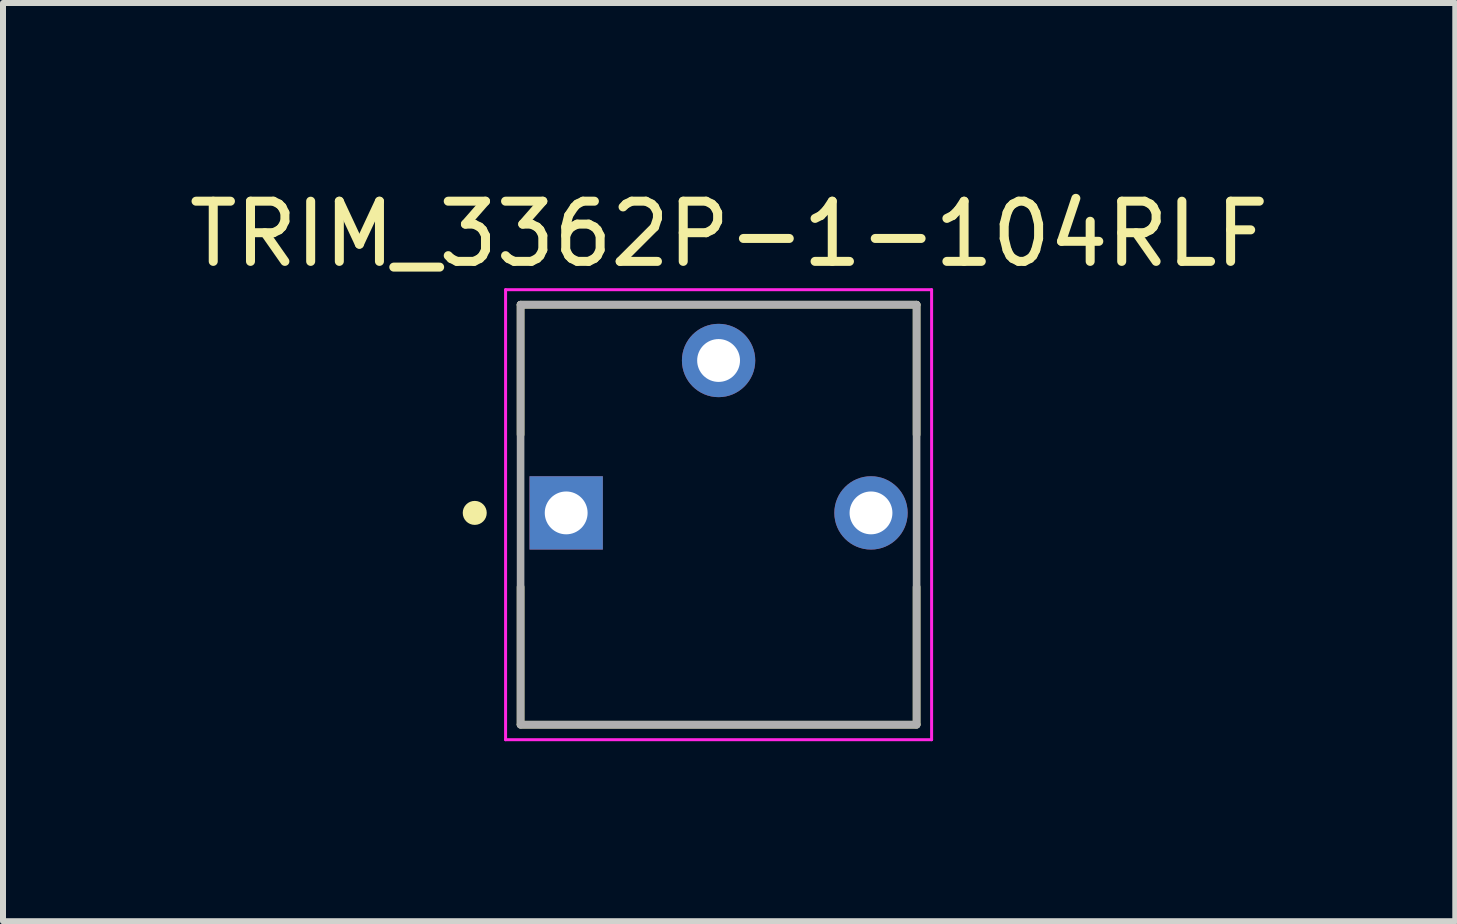
<source format=kicad_pcb>
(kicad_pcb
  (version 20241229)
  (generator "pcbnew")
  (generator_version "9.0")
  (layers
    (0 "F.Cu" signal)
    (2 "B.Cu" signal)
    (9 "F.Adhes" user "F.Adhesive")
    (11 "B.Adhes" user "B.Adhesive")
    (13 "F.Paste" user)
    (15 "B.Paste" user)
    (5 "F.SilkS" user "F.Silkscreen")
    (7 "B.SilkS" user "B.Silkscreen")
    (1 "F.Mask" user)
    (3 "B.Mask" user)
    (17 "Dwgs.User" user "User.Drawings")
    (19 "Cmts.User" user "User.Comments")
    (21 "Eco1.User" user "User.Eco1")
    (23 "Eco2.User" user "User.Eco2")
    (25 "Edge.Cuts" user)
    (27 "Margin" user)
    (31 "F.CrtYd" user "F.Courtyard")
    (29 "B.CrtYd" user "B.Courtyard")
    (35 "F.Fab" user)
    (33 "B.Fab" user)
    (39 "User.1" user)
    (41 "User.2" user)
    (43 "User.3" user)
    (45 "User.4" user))
  (footprint "TRIM_3362P-1-104RLF"
    (layer "F.Cu")
    (at 8.926 5.498)
    (property "Reference" "TRIM_3362P-1-104RLF" (at 0.175 -4.648 0) (layer "F.SilkS") (effects (font (size 1.003 1.003) (thickness 0.15))))
    (attr through_hole)
    (fp_line (start -3.3 -3.47) (end 3.3 -3.47) (stroke (width 0.127) (type solid)) (layer "F.SilkS"))
    (fp_line (start -3.3 -1.305) (end -3.3 -3.47) (stroke (width 0.127) (type solid)) (layer "F.SilkS"))
    (fp_line (start -3.3 3.52) (end -3.3 1.235) (stroke (width 0.127) (type solid)) (layer "F.SilkS"))
    (fp_line (start 3.3 -3.47) (end 3.3 -1.305) (stroke (width 0.127) (type solid)) (layer "F.SilkS"))
    (fp_line (start 3.3 1.235) (end 3.3 3.52) (stroke (width 0.127) (type solid)) (layer "F.SilkS"))
    (fp_line (start 3.3 3.53) (end -3.3 3.53) (stroke (width 0.127) (type solid)) (layer "F.SilkS"))
    (fp_circle (center -4.064 0) (end -3.964 0) (stroke (width 0.2) (type solid)) (fill no) (layer "F.SilkS"))
    (fp_line (start -3.55 -3.72) (end 3.55 -3.72) (stroke (width 0.05) (type solid)) (layer "F.CrtYd"))
    (fp_line (start -3.55 3.78) (end -3.55 -3.72) (stroke (width 0.05) (type solid)) (layer "F.CrtYd"))
    (fp_line (start 3.55 -3.72) (end 3.55 3.78) (stroke (width 0.05) (type solid)) (layer "F.CrtYd"))
    (fp_line (start 3.55 3.78) (end -3.55 3.78) (stroke (width 0.05) (type solid)) (layer "F.CrtYd"))
    (fp_line (start -3.3 -3.47) (end 3.3 -3.47) (stroke (width 0.127) (type solid)) (layer "F.Fab"))
    (fp_line (start -3.3 3.53) (end -3.3 -3.47) (stroke (width 0.127) (type solid)) (layer "F.Fab"))
    (fp_line (start 3.3 -3.47) (end 3.3 3.53) (stroke (width 0.127) (type solid)) (layer "F.Fab"))
    (fp_line (start 3.3 3.53) (end -3.3 3.53) (stroke (width 0.127) (type solid)) (layer "F.Fab"))
    (pad "1" thru_hole rect (at -2.54 0) (size 1.222 1.222) (drill 0.714) (layers "*.Cu" "*.Mask"))
    (pad "2" thru_hole circle (at 0 -2.54) (size 1.222 1.222) (drill 0.714) (layers "*.Cu" "*.Mask"))
    (pad "3" thru_hole circle (at 2.54 0) (size 1.222 1.222) (drill 0.714) (layers "*.Cu" "*.Mask")))
  (gr_rect
    (start -3 -3)
    (end 21.204 12.303)
    (stroke (width 0.1) (type default))
    (fill no)
    (layer "Edge.Cuts")))
</source>
